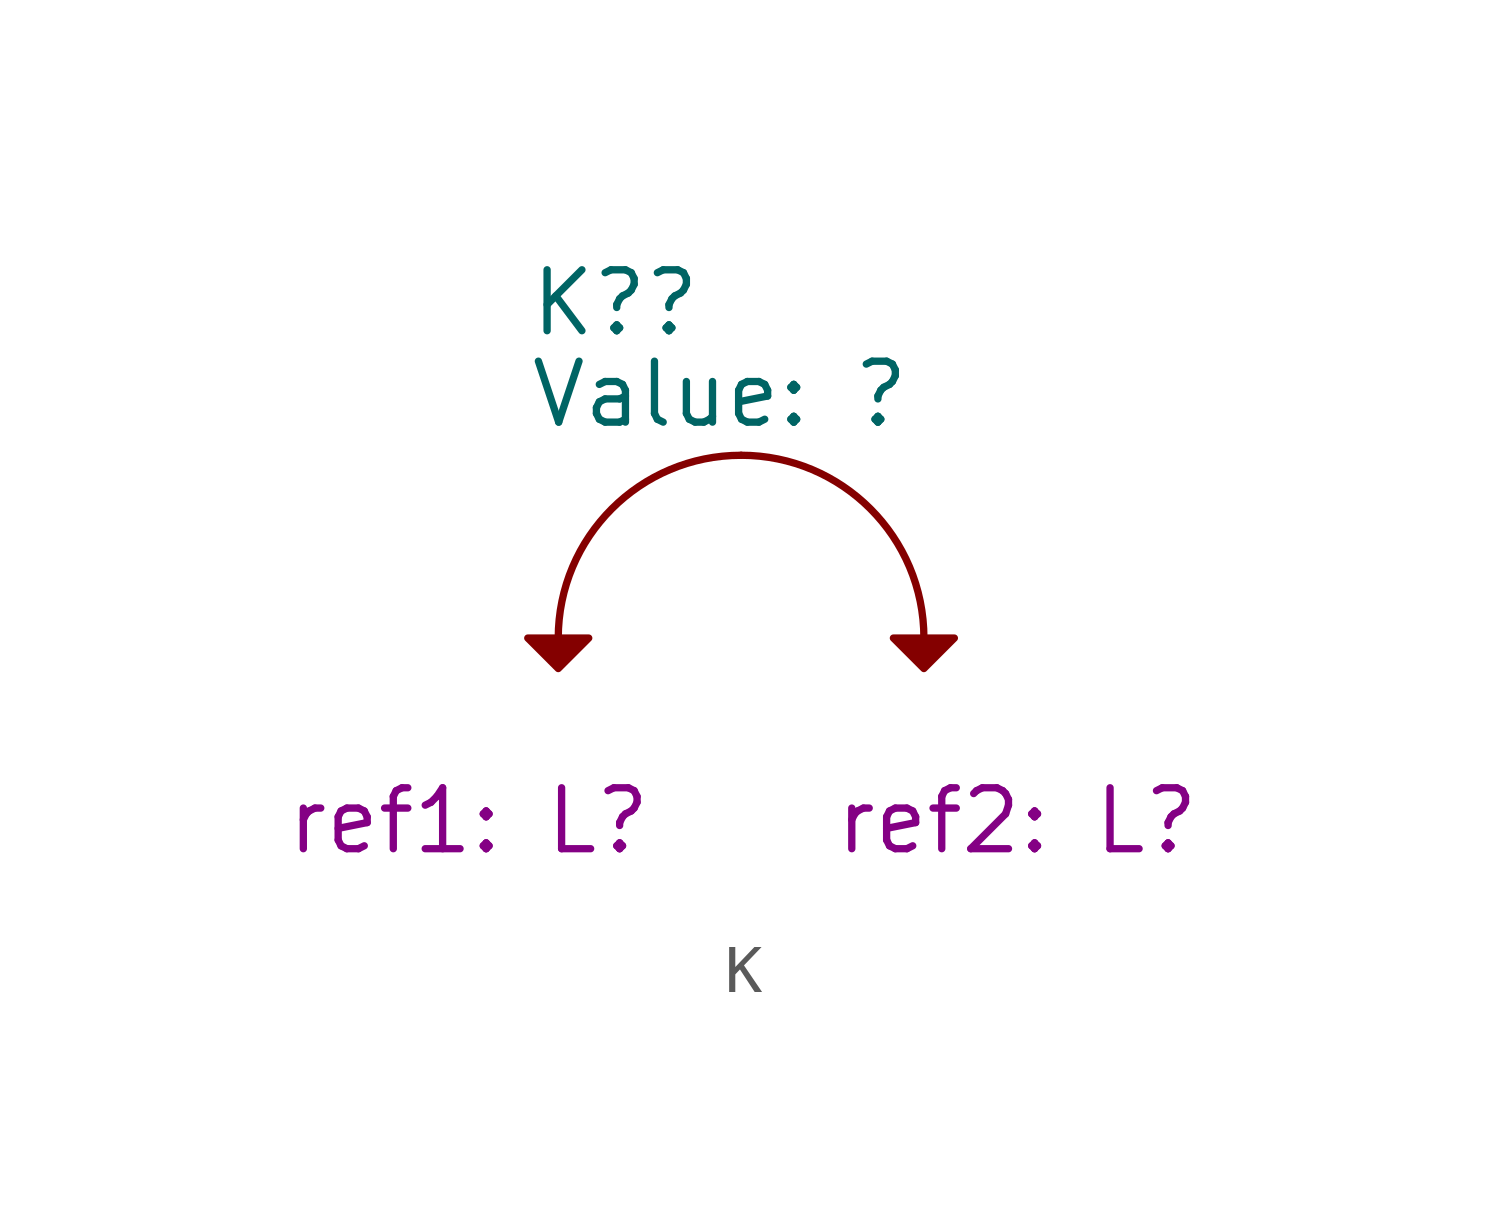
<source format=kicad_sym>
(kicad_symbol_lib
  (version 20231120)
  (generator "kicad_symbol_editor")
  (generator_version "8.0")
  (symbol "K"
    (pin_numbers hide)
    (pin_names
      (offset 0) hide)
    (property "Reference" "K?"
      (at -4.445 7.62 0)
      (effects (font (size 1.27 1.27)) (justify left)))
    (property "Value" "?"
      (at -4.445 5.715 0)
      (show_name)
      (effects (font (size 1.27 1.27)) (justify left)))
    (property "ref1" "L?"
      (at -9.525 -3.175 0)
      (show_name)
      (effects (font (size 1.27 1.27)) (justify left)))
    (property "ref2" "L?"
      (at 1.905 -3.175 0)
      (show_name)
      (effects (font (size 1.27 1.27)) (justify left)))
    (symbol "K_0_1"
      (polyline (pts (xy -3.81 0) (xy -3.175 0.635) (xy -4.445 0.635) (xy -3.81 0)) (stroke (width 0) (type solid)) (fill (type outline)))
      (polyline (pts (xy 3.81 0) (xy 3.175 0.635) (xy 4.445 0.635) (xy 3.81 0)) (stroke (width 0) (type solid)) (fill (type outline)))
      (arc (start 0 4.445) (mid -2.6941 3.3291) (end -3.81 0.635) (stroke (width 0) (type default)) (fill (type none)))
      (arc (start 3.81 0.635) (mid 2.6941 3.3291) (end 0 4.445) (stroke (width 0) (type default)) (fill (type none))))))
</source>
